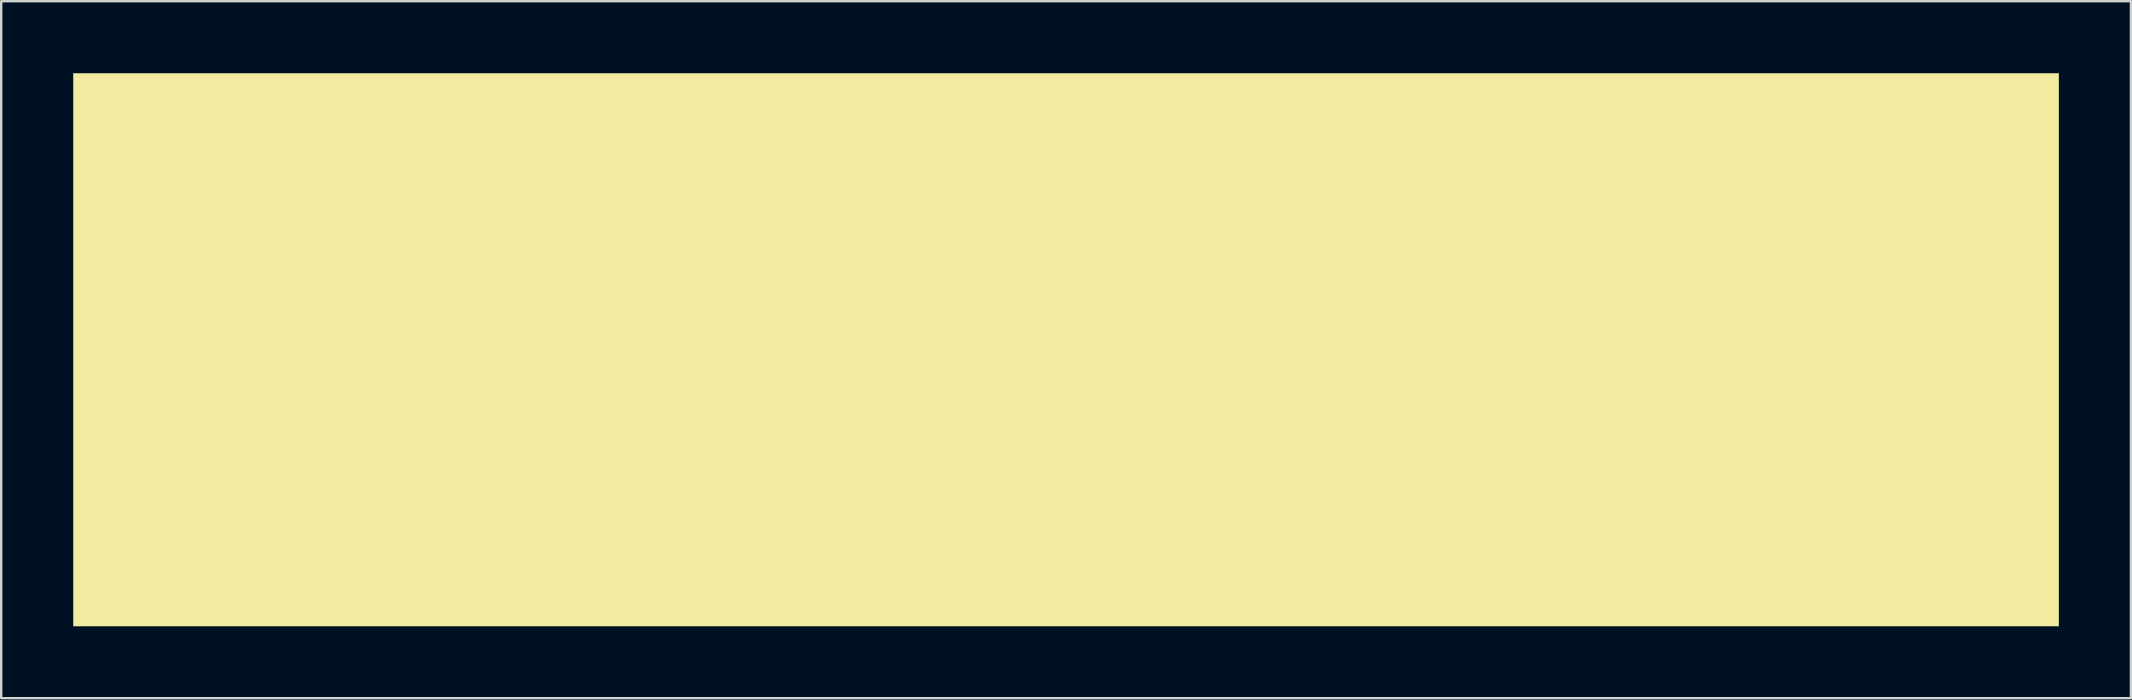
<source format=kicad_pcb>
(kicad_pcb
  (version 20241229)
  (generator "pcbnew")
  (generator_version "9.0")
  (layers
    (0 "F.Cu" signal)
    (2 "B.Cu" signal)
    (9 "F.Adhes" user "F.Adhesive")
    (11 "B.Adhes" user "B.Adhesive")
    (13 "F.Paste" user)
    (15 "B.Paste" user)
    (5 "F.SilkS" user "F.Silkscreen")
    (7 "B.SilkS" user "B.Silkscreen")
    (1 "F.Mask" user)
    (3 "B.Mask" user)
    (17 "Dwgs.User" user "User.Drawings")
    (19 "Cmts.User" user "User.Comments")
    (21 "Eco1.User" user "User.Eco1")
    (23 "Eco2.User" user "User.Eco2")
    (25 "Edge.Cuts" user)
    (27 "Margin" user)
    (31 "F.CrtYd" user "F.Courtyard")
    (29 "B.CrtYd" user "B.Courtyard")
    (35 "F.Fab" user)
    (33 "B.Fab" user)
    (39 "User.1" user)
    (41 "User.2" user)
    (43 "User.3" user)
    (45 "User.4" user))
  (footprint "secyrelink"
    (layer "F.Cu")
    (at 41.322 11.52)
    (property "Reference" "secyrelink" (at 0 0 0) (layer "F.SilkS") (effects (font (size 1.524 1.524) (thickness 0.3))))
    (attr through_hole)
    (fp_poly (pts (xy 41.402 11.515) (xy -41.317 11.515) (xy -41.317 -11.515) (xy 41.402 -11.515) (xy 41.402 11.515)) (stroke (width 0.01) (type solid)) (fill yes) (layer "F.SilkS")))
  (gr_rect
    (start -3 -3)
    (end 85.729 26.039)
    (stroke (width 0.1) (type default))
    (fill no)
    (layer "Edge.Cuts")))
</source>
